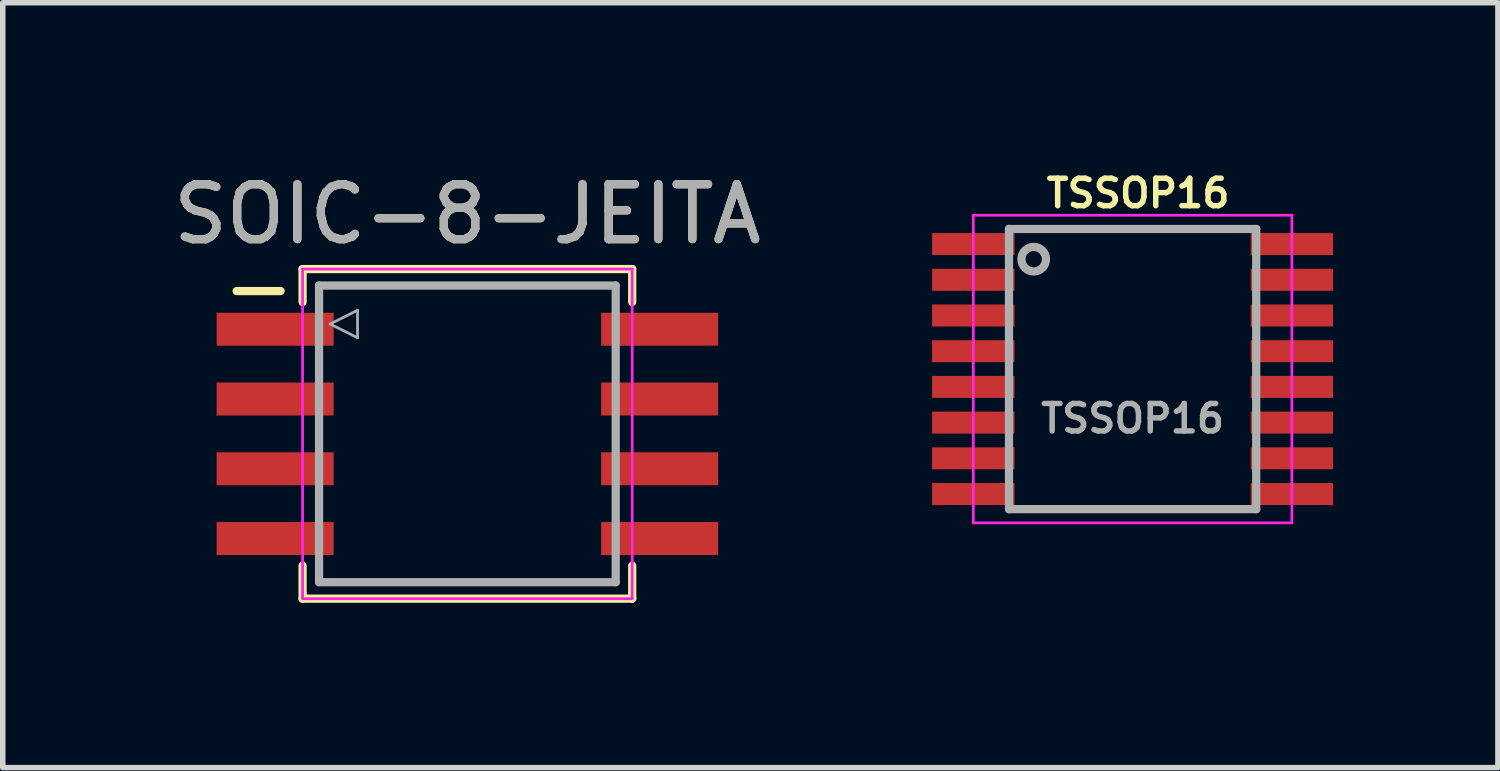
<source format=kicad_pcb>
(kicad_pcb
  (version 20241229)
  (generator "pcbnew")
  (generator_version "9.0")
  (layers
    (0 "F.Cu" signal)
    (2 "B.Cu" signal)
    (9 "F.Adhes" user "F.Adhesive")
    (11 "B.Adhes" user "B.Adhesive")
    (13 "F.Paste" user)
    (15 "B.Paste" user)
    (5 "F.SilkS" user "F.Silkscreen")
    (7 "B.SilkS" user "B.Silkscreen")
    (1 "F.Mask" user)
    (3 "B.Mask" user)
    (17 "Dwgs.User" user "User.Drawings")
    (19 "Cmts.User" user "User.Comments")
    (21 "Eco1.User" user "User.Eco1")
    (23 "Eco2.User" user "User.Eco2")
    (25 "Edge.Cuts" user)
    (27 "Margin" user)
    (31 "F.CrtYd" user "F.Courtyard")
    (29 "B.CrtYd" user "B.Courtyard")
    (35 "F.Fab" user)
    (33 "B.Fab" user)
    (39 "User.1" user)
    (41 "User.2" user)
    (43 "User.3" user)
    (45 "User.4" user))
  (footprint "TSSOP16"
    (layer "F.Cu")
    (at 17.567 3.668)
    (property "Reference" "TSSOP16" (at 0.1 -3.2 0) (layer "F.SilkS") (effects (font (size 0.5 0.5) (thickness 0.1))))
    (attr smd)
    (fp_line (start -2.9 -2.8) (end -2.9 2.8) (stroke (width 0.05) (type solid)) (layer "F.CrtYd"))
    (fp_line (start -2.9 -2.8) (end 2.9 -2.8) (stroke (width 0.05) (type solid)) (layer "F.CrtYd"))
    (fp_line (start -2.9 2.8) (end 2.9 2.8) (stroke (width 0.05) (type solid)) (layer "F.CrtYd"))
    (fp_line (start 2.9 -2.8) (end 2.9 2.8) (stroke (width 0.05) (type solid)) (layer "F.CrtYd"))
    (fp_line (start -2.25 -2.55) (end -2.25 2.55) (stroke (width 0.15) (type solid)) (layer "F.Fab"))
    (fp_line (start -2.25 2.55) (end 2.25 2.55) (stroke (width 0.15) (type solid)) (layer "F.Fab"))
    (fp_line (start 2.25 -2.55) (end -2.25 -2.55) (stroke (width 0.15) (type solid)) (layer "F.Fab"))
    (fp_line (start 2.25 2.55) (end 2.25 -2.55) (stroke (width 0.15) (type solid)) (layer "F.Fab"))
    (fp_circle (center -1.8 -2) (end -1.6 -1.9) (stroke (width 0.15) (type solid)) (fill no) (layer "F.Fab"))
    (fp_text user "${REFERENCE}" (at 0 0.9 0) (layer "F.Fab") (effects (font (size 0.5 0.5) (thickness 0.1))))
    (pad "1" smd rect (at -2.9 -2.275) (size 1.5 0.4) (layers "F.Cu" "F.Mask" "F.Paste"))
    (pad "2" smd rect (at -2.9 -1.625) (size 1.5 0.4) (layers "F.Cu" "F.Mask" "F.Paste"))
    (pad "3" smd rect (at -2.9 -0.975) (size 1.5 0.4) (layers "F.Cu" "F.Mask" "F.Paste"))
    (pad "4" smd rect (at -2.9 -0.325) (size 1.5 0.4) (layers "F.Cu" "F.Mask" "F.Paste"))
    (pad "5" smd rect (at -2.9 0.325) (size 1.5 0.4) (layers "F.Cu" "F.Mask" "F.Paste"))
    (pad "6" smd rect (at -2.9 0.975) (size 1.5 0.4) (layers "F.Cu" "F.Mask" "F.Paste"))
    (pad "7" smd rect (at -2.9 1.625) (size 1.5 0.4) (layers "F.Cu" "F.Mask" "F.Paste"))
    (pad "8" smd rect (at -2.9 2.275) (size 1.5 0.4) (layers "F.Cu" "F.Mask" "F.Paste"))
    (pad "9" smd rect (at 2.9 2.275) (size 1.5 0.4) (layers "F.Cu" "F.Mask" "F.Paste"))
    (pad "10" smd rect (at 2.9 1.625) (size 1.5 0.4) (layers "F.Cu" "F.Mask" "F.Paste"))
    (pad "11" smd rect (at 2.9 0.975) (size 1.5 0.4) (layers "F.Cu" "F.Mask" "F.Paste"))
    (pad "12" smd rect (at 2.9 0.325) (size 1.5 0.4) (layers "F.Cu" "F.Mask" "F.Paste"))
    (pad "13" smd rect (at 2.9 -0.325) (size 1.5 0.4) (layers "F.Cu" "F.Mask" "F.Paste"))
    (pad "14" smd rect (at 2.9 -0.975) (size 1.5 0.4) (layers "F.Cu" "F.Mask" "F.Paste"))
    (pad "15" smd rect (at 2.9 -1.625) (size 1.5 0.4) (layers "F.Cu" "F.Mask" "F.Paste"))
    (pad "16" smd rect (at 2.9 -2.275) (size 1.5 0.4) (layers "F.Cu" "F.Mask" "F.Paste")))
  (footprint "SOIC−8-JEITA"
    (layer "F.Cu")
    (at 5.458 4.848)
    (property "Reference" "SOIC−8-JEITA" (at 0 -4 0) (layer "F.SilkS") (effects (font (size 1 1) (thickness 0.15))))
    (attr smd)
    (fp_line (start -3.4 -2.6) (end -4.2 -2.6) (stroke (width 0.15) (type solid)) (layer "F.SilkS"))
    (fp_line (start -3 -3) (end -3 -2.4) (stroke (width 0.15) (type solid)) (layer "F.SilkS"))
    (fp_line (start -3 -3) (end 3 -3) (stroke (width 0.15) (type solid)) (layer "F.SilkS"))
    (fp_line (start -3 3) (end -3 2.4) (stroke (width 0.15) (type solid)) (layer "F.SilkS"))
    (fp_line (start -3 3) (end 3 3) (stroke (width 0.15) (type solid)) (layer "F.SilkS"))
    (fp_line (start 3 -3) (end 3 -2.4) (stroke (width 0.15) (type solid)) (layer "F.SilkS"))
    (fp_line (start 3 2.4) (end 3 3) (stroke (width 0.15) (type solid)) (layer "F.SilkS"))
    (fp_line (start -3 -3) (end -3 3) (stroke (width 0.05) (type solid)) (layer "F.CrtYd"))
    (fp_line (start -3 -3) (end 3 -3) (stroke (width 0.05) (type solid)) (layer "F.CrtYd"))
    (fp_line (start -3 3) (end 3 3) (stroke (width 0.05) (type solid)) (layer "F.CrtYd"))
    (fp_line (start 3 -3) (end 3 3) (stroke (width 0.05) (type solid)) (layer "F.CrtYd"))
    (fp_line (start -2.7 -2.7) (end -2.7 2.7) (stroke (width 0.15) (type solid)) (layer "F.Fab"))
    (fp_line (start -2.7 2.7) (end 2.7 2.7) (stroke (width 0.15) (type solid)) (layer "F.Fab"))
    (fp_line (start -2.5 -2) (end -2 -2.25) (stroke (width 0.05) (type solid)) (layer "F.Fab"))
    (fp_line (start -2 -2.25) (end -2 -1.75) (stroke (width 0.05) (type solid)) (layer "F.Fab"))
    (fp_line (start -2 -1.75) (end -2.5 -2) (stroke (width 0.05) (type solid)) (layer "F.Fab"))
    (fp_line (start 2.7 -2.7) (end -2.7 -2.7) (stroke (width 0.15) (type solid)) (layer "F.Fab"))
    (fp_line (start 2.7 2.7) (end 2.7 -2.7) (stroke (width 0.15) (type solid)) (layer "F.Fab"))
    (fp_text user "${REFERENCE}" (at 0 -4 0) (layer "F.Fab") (effects (font (size 1 1) (thickness 0.15))))
    (pad "1" smd rect (at -3.5 -1.905) (size 2.13 0.6) (layers "F.Cu" "F.Mask" "F.Paste"))
    (pad "2" smd rect (at -3.5 -0.635) (size 2.13 0.6) (layers "F.Cu" "F.Mask" "F.Paste"))
    (pad "3" smd rect (at -3.5 0.635) (size 2.13 0.6) (layers "F.Cu" "F.Mask" "F.Paste"))
    (pad "4" smd rect (at -3.5 1.905) (size 2.13 0.6) (layers "F.Cu" "F.Mask" "F.Paste"))
    (pad "5" smd rect (at 3.5 1.905) (size 2.13 0.6) (layers "F.Cu" "F.Mask" "F.Paste"))
    (pad "6" smd rect (at 3.5 0.635) (size 2.13 0.6) (layers "F.Cu" "F.Mask" "F.Paste"))
    (pad "7" smd rect (at 3.5 -0.635) (size 2.13 0.6) (layers "F.Cu" "F.Mask" "F.Paste"))
    (pad "8" smd rect (at 3.5 -1.905) (size 2.13 0.6) (layers "F.Cu" "F.Mask" "F.Paste")))
  (gr_rect
    (start -3 -3)
    (end 24.217 10.923)
    (stroke (width 0.1) (type default))
    (fill no)
    (layer "Edge.Cuts")))
</source>
